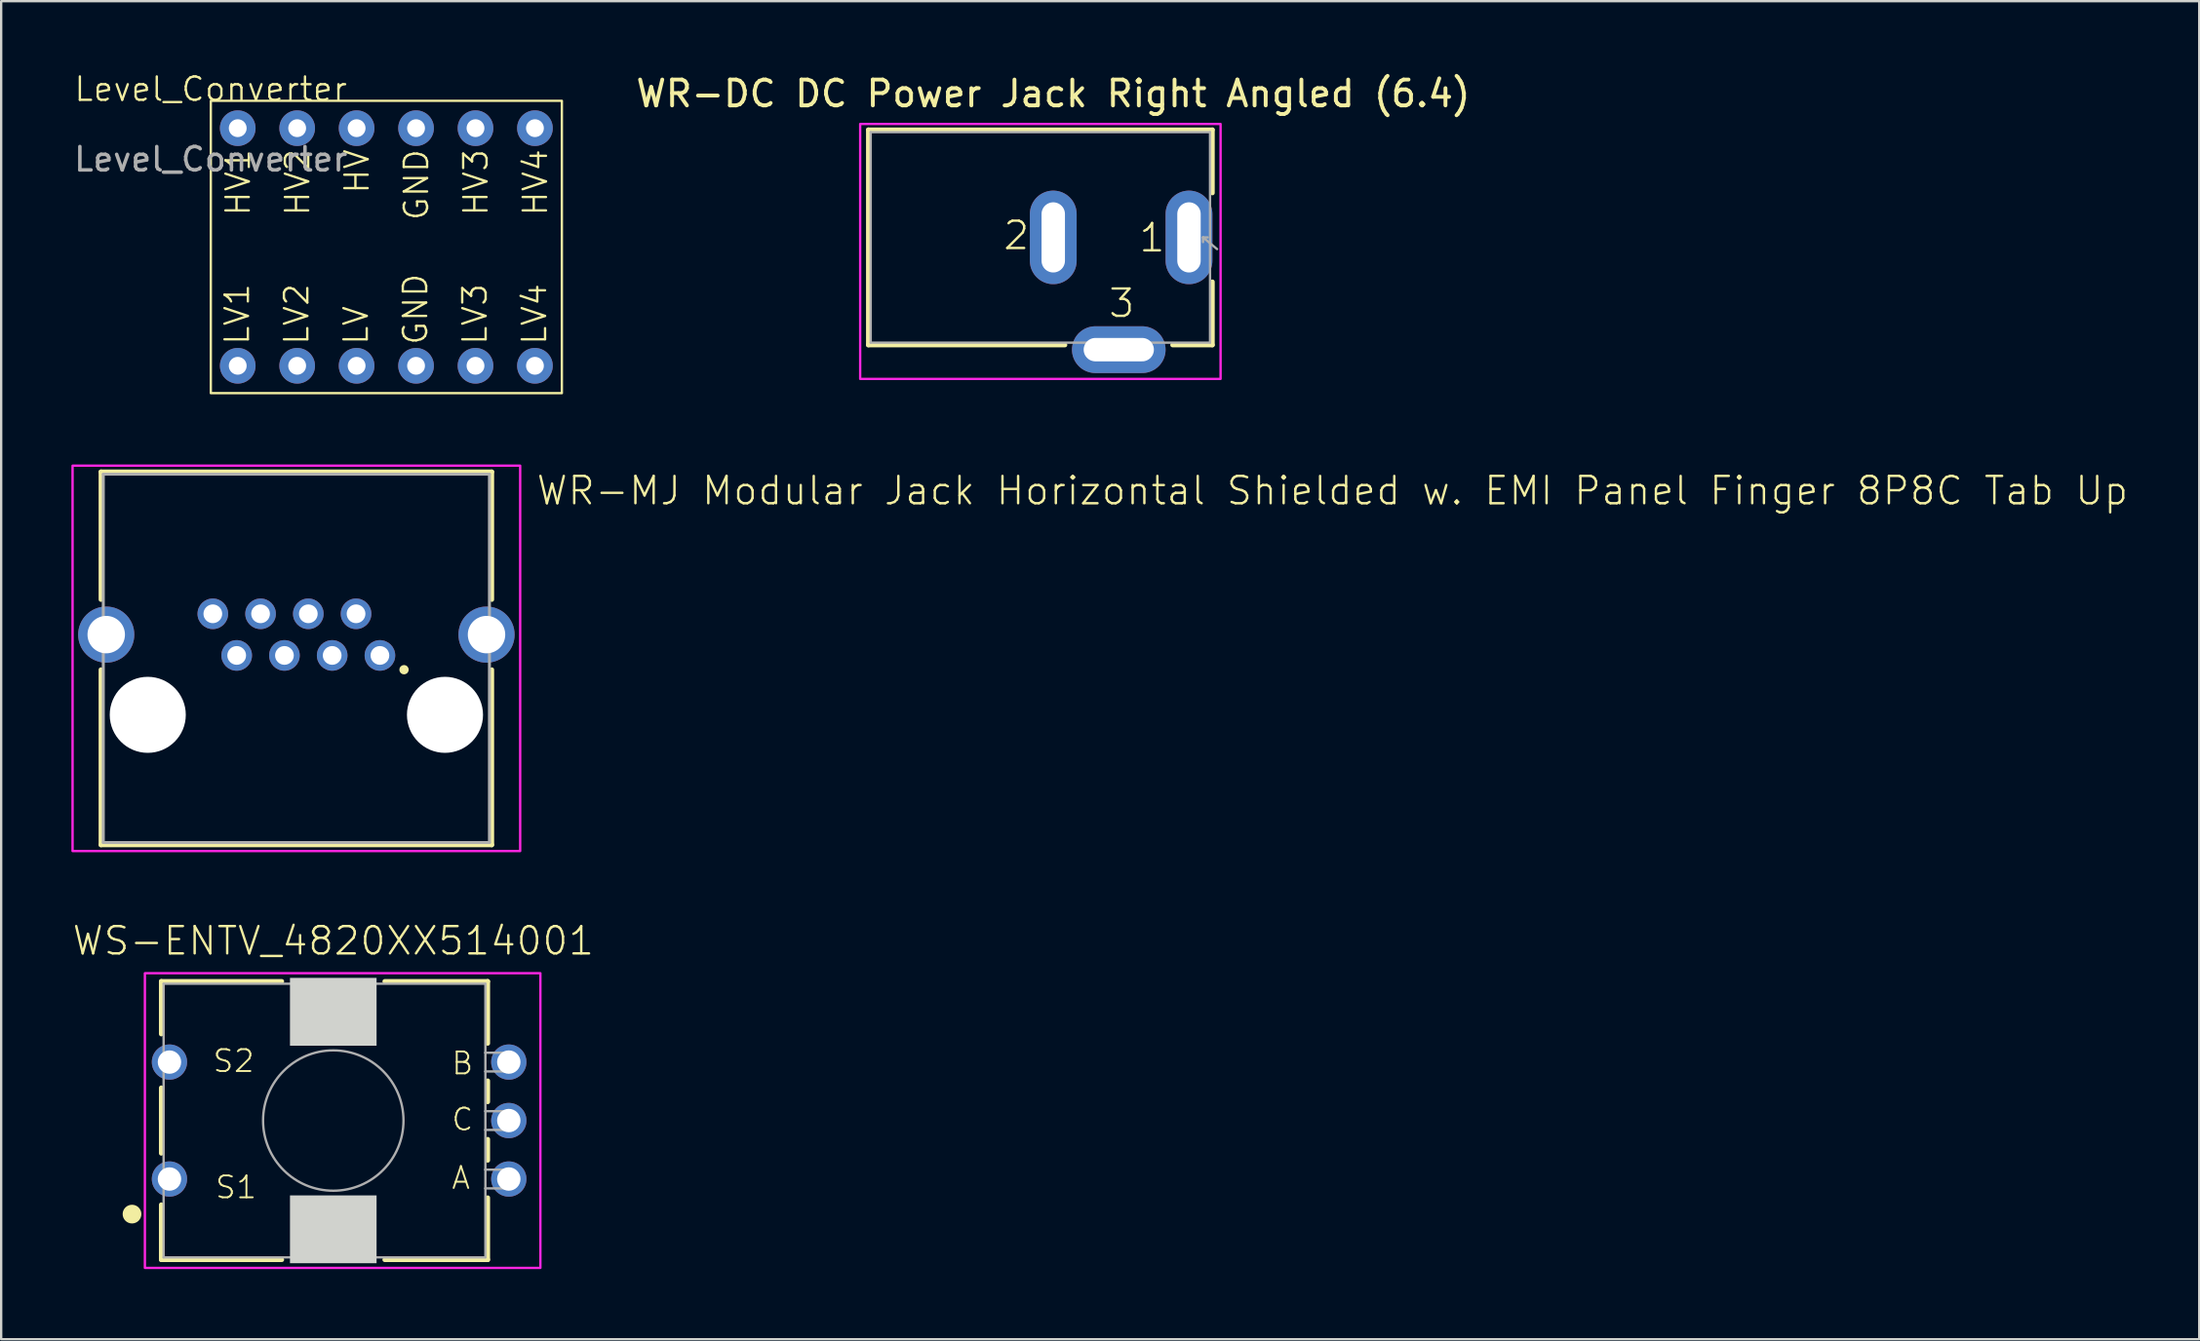
<source format=kicad_pcb>
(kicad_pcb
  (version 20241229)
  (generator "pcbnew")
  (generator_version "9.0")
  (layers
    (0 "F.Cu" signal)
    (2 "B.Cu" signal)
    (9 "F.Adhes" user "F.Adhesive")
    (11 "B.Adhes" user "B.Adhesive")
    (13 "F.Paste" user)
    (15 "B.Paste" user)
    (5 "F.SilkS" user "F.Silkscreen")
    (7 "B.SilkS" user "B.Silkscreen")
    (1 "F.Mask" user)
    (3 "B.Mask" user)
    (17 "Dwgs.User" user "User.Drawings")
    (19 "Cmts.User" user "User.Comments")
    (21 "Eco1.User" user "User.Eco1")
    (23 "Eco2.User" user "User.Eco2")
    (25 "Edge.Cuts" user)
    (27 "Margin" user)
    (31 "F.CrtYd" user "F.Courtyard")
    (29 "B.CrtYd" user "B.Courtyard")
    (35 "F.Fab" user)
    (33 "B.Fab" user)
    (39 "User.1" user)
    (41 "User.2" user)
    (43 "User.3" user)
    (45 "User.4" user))
  (footprint "WR-DC DC Power Jack Right Angled (6.4)"
    (layer "F.Cu")
    (at 41.955 7.1)
    (property "Reference" "WR-DC DC Power Jack Right Angled (6.4)" (at 0 -5.5 0) (unlocked yes) (layer "F.SilkS") (effects (font (size 1.105 1.105) (thickness 0.165)) (justify bottom)))
    (fp_line (start -7.9 -4.6) (end -7.9 4.6) (stroke (width 0.2) (type solid)) (layer "F.SilkS"))
    (fp_line (start 0.5 4.6) (end -7.9 4.6) (stroke (width 0.2) (type solid)) (layer "F.SilkS"))
    (fp_line (start 6.8 -4.6) (end -7.9 -4.6) (stroke (width 0.2) (type solid)) (layer "F.SilkS"))
    (fp_line (start 6.8 -4.6) (end 6.8 -1.9) (stroke (width 0.2) (type solid)) (layer "F.SilkS"))
    (fp_line (start 6.8 1.9) (end 6.8 4.6) (stroke (width 0.2) (type solid)) (layer "F.SilkS"))
    (fp_line (start 6.8 4.6) (end 5.1 4.6) (stroke (width 0.2) (type solid)) (layer "F.SilkS"))
    (fp_poly (pts (xy 7.15 6.05) (xy -8.25 6.05) (xy -8.25 -4.85) (xy 7.15 -4.85)) (stroke (width 0.1) (type default)) (fill no) (layer "F.CrtYd"))
    (fp_line (start -7.8 -4.5) (end 6.7 -4.5) (stroke (width 0.1) (type solid)) (layer "F.Fab"))
    (fp_line (start -7.8 4.5) (end -7.8 -4.5) (stroke (width 0.1) (type solid)) (layer "F.Fab"))
    (fp_line (start 6.4 0) (end 6.4 0.2) (stroke (width 0.1) (type solid)) (layer "F.Fab"))
    (fp_line (start 6.4 0) (end 6.6 0) (stroke (width 0.1) (type solid)) (layer "F.Fab"))
    (fp_line (start 6.7 -4.5) (end 6.7 4.5) (stroke (width 0.1) (type solid)) (layer "F.Fab"))
    (fp_line (start 6.7 4.5) (end -7.8 4.5) (stroke (width 0.1) (type solid)) (layer "F.Fab"))
    (fp_line (start 7 0.5) (end 6.4 0) (stroke (width 0.1) (type solid)) (layer "F.Fab"))
    (fp_text user "2" (at -2.2 0.6 0) (unlocked yes) (layer "F.SilkS") (effects (font (size 1.168 1.168) (thickness 0.102)) (justify left bottom)))
    (fp_text user "3" (at 2.3 3.5 0) (unlocked yes) (layer "F.SilkS") (effects (font (size 1.168 1.168) (thickness 0.102)) (justify left bottom)))
    (fp_text user "1" (at 3.6 0.7 0) (unlocked yes) (layer "F.SilkS") (effects (font (size 1.168 1.168) (thickness 0.102)) (justify left bottom)))
    (pad "1" thru_hole oval (at 5.8 0 90) (size 4 2) (drill oval 3 1) (layers "*.Cu" "*.Mask"))
    (pad "2" thru_hole oval (at 0 0 270) (size 4 2) (drill oval 3 1) (layers "*.Cu" "*.Mask"))
    (pad "3" thru_hole oval (at 2.8 4.8 180) (size 4 2) (drill oval 3 1) (layers "*.Cu" "*.Mask")))
  (footprint "WR-MJ Modular Jack Horizontal Shielded w. EMI Panel Finger 8P8C Tab Up"
    (layer "F.Cu")
    (at 9.614 25.099)
    (property "Reference" "WR-MJ Modular Jack Horizontal Shielded w. EMI Panel Finger 8P8C Tab Up" (at 10.193 -6.485 0) (unlocked yes) (layer "F.SilkS") (effects (font (size 1.168 1.168) (thickness 0.102)) (justify left bottom)))
    (fp_line (start -8.35 -7.975) (end -8.35 -2.515) (stroke (width 0.2) (type solid)) (layer "F.SilkS"))
    (fp_line (start -8.35 -7.975) (end 8.35 -7.975) (stroke (width 0.2) (type solid)) (layer "F.SilkS"))
    (fp_line (start -8.35 0.485) (end -8.35 7.975) (stroke (width 0.2) (type solid)) (layer "F.SilkS"))
    (fp_line (start -8.35 7.975) (end 8.35 7.975) (stroke (width 0.2) (type solid)) (layer "F.SilkS"))
    (fp_line (start 8.35 -7.975) (end 8.35 -2.515) (stroke (width 0.2) (type solid)) (layer "F.SilkS"))
    (fp_line (start 8.35 7.975) (end 8.35 0.485) (stroke (width 0.2) (type solid)) (layer "F.SilkS"))
    (fp_circle (center 4.6 0.485) (end 4.7 0.485) (stroke (width 0.2) (type solid)) (fill no) (layer "F.SilkS"))
    (fp_poly (pts (xy 9.563 8.239) (xy -9.563 8.239) (xy -9.563 -8.239) (xy 9.563 -8.239)) (stroke (width 0.1) (type default)) (fill no) (layer "F.CrtYd"))
    (fp_line (start -8.25 -7.875) (end 8.25 -7.875) (stroke (width 0.127) (type solid)) (layer "F.Fab"))
    (fp_line (start -8.25 7.875) (end -8.25 -7.875) (stroke (width 0.127) (type solid)) (layer "F.Fab"))
    (fp_line (start 8.25 -7.875) (end 8.25 7.875) (stroke (width 0.127) (type solid)) (layer "F.Fab"))
    (fp_line (start 8.25 7.875) (end -8.25 7.875) (stroke (width 0.127) (type solid)) (layer "F.Fab"))
    (pad "" np_thru_hole circle (at -6.35 2.415) (size 3.25 3.25) (drill 3.25) (layers "*.Cu" "*.Mask"))
    (pad "" np_thru_hole circle (at 6.35 2.415) (size 3.25 3.25) (drill 3.25) (layers "*.Cu" "*.Mask"))
    (pad "1" thru_hole circle (at 3.57 -0.125) (size 1.308 1.308) (drill 0.8) (layers "*.Cu" "*.Mask"))
    (pad "2" thru_hole circle (at 2.55 -1.905) (size 1.308 1.308) (drill 0.8) (layers "*.Cu" "*.Mask"))
    (pad "3" thru_hole circle (at 1.53 -0.125) (size 1.308 1.308) (drill 0.8) (layers "*.Cu" "*.Mask"))
    (pad "4" thru_hole circle (at 0.51 -1.905) (size 1.308 1.308) (drill 0.8) (layers "*.Cu" "*.Mask"))
    (pad "5" thru_hole circle (at -0.51 -0.125) (size 1.308 1.308) (drill 0.8) (layers "*.Cu" "*.Mask"))
    (pad "6" thru_hole circle (at -1.53 -1.905) (size 1.308 1.308) (drill 0.8) (layers "*.Cu" "*.Mask"))
    (pad "7" thru_hole circle (at -2.55 -0.125) (size 1.308 1.308) (drill 0.8) (layers "*.Cu" "*.Mask"))
    (pad "8" thru_hole circle (at -3.57 -1.905) (size 1.308 1.308) (drill 0.8) (layers "*.Cu" "*.Mask"))
    (pad "SH" thru_hole circle (at -8.125 -1.015) (size 2.4 2.4) (drill 1.6) (layers "*.Cu" "*.Mask"))
    (pad "SH" thru_hole circle (at 8.125 -1.015) (size 2.4 2.4) (drill 1.6) (layers "*.Cu" "*.Mask")))
  (footprint "Level_Converter"
    (layer "F.Cu")
    (at 5.958 1.26)
    (property "Reference" "Level_Converter" (at 0 -0.5 0) (unlocked yes) (layer "F.SilkS") (effects (font (size 1 1) (thickness 0.1))))
    (attr through_hole)
    (fp_rect (start 0 0) (end 15 12.5) (stroke (width 0.1) (type default)) (fill no) (layer "F.SilkS"))
    (fp_text user "LV1" (at 1.71 10.5 90) (unlocked yes) (layer "F.SilkS") (effects (font (size 1 1) (thickness 0.1)) (justify left bottom)))
    (fp_text user "HV3" (at 11.91 2 90) (unlocked yes) (layer "F.SilkS") (effects (font (size 1 1) (thickness 0.1)) (justify right bottom)))
    (fp_text user "LV3" (at 11.87 10.5 90) (unlocked yes) (layer "F.SilkS") (effects (font (size 1 1) (thickness 0.1)) (justify left bottom)))
    (fp_text user "HV4" (at 14.45 2 90) (unlocked yes) (layer "F.SilkS") (effects (font (size 1 1) (thickness 0.1)) (justify right bottom)))
    (fp_text user "HV1" (at 1.75 2 90) (unlocked yes) (layer "F.SilkS") (effects (font (size 1 1) (thickness 0.1)) (justify right bottom)))
    (fp_text user "LV4" (at 14.41 10.5 90) (unlocked yes) (layer "F.SilkS") (effects (font (size 1 1) (thickness 0.1)) (justify left bottom)))
    (fp_text user "LV2" (at 4.25 10.5 90) (unlocked yes) (layer "F.SilkS") (effects (font (size 1 1) (thickness 0.1)) (justify left bottom)))
    (fp_text user "HV" (at 6.83 2 90) (unlocked yes) (layer "F.SilkS") (effects (font (size 1 1) (thickness 0.1)) (justify right bottom)))
    (fp_text user "GND" (at 9.37 2 90) (unlocked yes) (layer "F.SilkS") (effects (font (size 1 1) (thickness 0.1)) (justify right bottom)))
    (fp_text user "GND" (at 9.33 10.5 90) (unlocked yes) (layer "F.SilkS") (effects (font (size 1 1) (thickness 0.1)) (justify left bottom)))
    (fp_text user "HV2" (at 4.29 2 90) (unlocked yes) (layer "F.SilkS") (effects (font (size 1 1) (thickness 0.1)) (justify right bottom)))
    (fp_text user "LV" (at 6.79 10.5 90) (unlocked yes) (layer "F.SilkS") (effects (font (size 1 1) (thickness 0.1)) (justify left bottom)))
    (fp_text user "${REFERENCE}" (at 0 2.5 0) (unlocked yes) (layer "F.Fab") (effects (font (size 1 1) (thickness 0.15))))
    (pad "1" thru_hole circle (at 1.15 11.33) (size 1.524 1.524) (drill 0.762) (layers "*.Cu" "*.Mask"))
    (pad "2" thru_hole circle (at 3.69 11.33) (size 1.524 1.524) (drill 0.762) (layers "*.Cu" "*.Mask"))
    (pad "3" thru_hole circle (at 6.23 11.33) (size 1.524 1.524) (drill 0.762) (layers "*.Cu" "*.Mask"))
    (pad "4" thru_hole circle (at 8.77 11.33) (size 1.524 1.524) (drill 0.762) (layers "*.Cu" "*.Mask"))
    (pad "5" thru_hole circle (at 11.31 11.33) (size 1.524 1.524) (drill 0.762) (layers "*.Cu" "*.Mask"))
    (pad "6" thru_hole circle (at 13.85 11.33) (size 1.524 1.524) (drill 0.762) (layers "*.Cu" "*.Mask"))
    (pad "7" thru_hole circle (at 1.15 1.17) (size 1.524 1.524) (drill 0.762) (layers "*.Cu" "*.Mask"))
    (pad "8" thru_hole circle (at 3.69 1.17) (size 1.524 1.524) (drill 0.762) (layers "*.Cu" "*.Mask"))
    (pad "9" thru_hole circle (at 6.23 1.17) (size 1.524 1.524) (drill 0.762) (layers "*.Cu" "*.Mask"))
    (pad "10" thru_hole circle (at 8.77 1.17) (size 1.524 1.524) (drill 0.762) (layers "*.Cu" "*.Mask"))
    (pad "11" thru_hole circle (at 11.31 1.17) (size 1.524 1.524) (drill 0.762) (layers "*.Cu" "*.Mask"))
    (pad "12" thru_hole circle (at 13.85 1.17) (size 1.524 1.524) (drill 0.762) (layers "*.Cu" "*.Mask"))
    (zone (net_name "") (layer "F.SilkS") (hatch edge 0.5) (connect_pads) (min_thickness 0.25) (filled_areas_thickness no) (keepout (tracks allowed) (vias allowed) (pads not_allowed) (copperpour allowed) (footprints not_allowed)) (placement (enabled no)) (fill) (polygon (pts (xy 5.958 1.26) (xy 20.958 1.26) (xy 20.958 13.761) (xy 5.958 13.761)))))
  (footprint "WS-ENTV_4820XX514001"
    (layer "F.Cu")
    (at 11.191 44.861)
    (property "Reference" "WS-ENTV_4820XX514001" (at 0 -7 0) (unlocked yes) (layer "F.SilkS") (effects (font (size 1.168 1.168) (thickness 0.102)) (justify bottom)))
    (fp_line (start -7.35 -5.95) (end -7.35 -3.7) (stroke (width 0.2) (type solid)) (layer "F.SilkS"))
    (fp_line (start -7.35 -1.4) (end -7.35 1.4) (stroke (width 0.2) (type solid)) (layer "F.SilkS"))
    (fp_line (start -7.35 3.6) (end -7.35 5.95) (stroke (width 0.2) (type solid)) (layer "F.SilkS"))
    (fp_line (start -7.35 5.95) (end -2.2 5.95) (stroke (width 0.2) (type solid)) (layer "F.SilkS"))
    (fp_line (start -2.2 -5.95) (end -7.35 -5.95) (stroke (width 0.2) (type solid)) (layer "F.SilkS"))
    (fp_line (start 2.2 -5.95) (end 6.6 -5.95) (stroke (width 0.2) (type solid)) (layer "F.SilkS"))
    (fp_line (start 6.6 -5.95) (end 6.6 -3.3) (stroke (width 0.2) (type solid)) (layer "F.SilkS"))
    (fp_line (start 6.6 -1.7) (end 6.6 -0.8) (stroke (width 0.2) (type solid)) (layer "F.SilkS"))
    (fp_line (start 6.6 0.8) (end 6.6 1.7) (stroke (width 0.2) (type solid)) (layer "F.SilkS"))
    (fp_line (start 6.6 3.3) (end 6.6 5.95) (stroke (width 0.2) (type solid)) (layer "F.SilkS"))
    (fp_line (start 6.6 5.95) (end 2.2 5.95) (stroke (width 0.2) (type solid)) (layer "F.SilkS"))
    (fp_circle (center -8.6 4) (end -8.4 4) (stroke (width 0.4) (type solid)) (fill no) (layer "F.SilkS"))
    (fp_poly (pts (xy 1.85 -3.2) (xy -1.85 -3.2) (xy -1.85 -6.1) (xy 1.85 -6.1)) (stroke (width 0) (type default)) (fill yes) (layer "Edge.Cuts"))
    (fp_poly (pts (xy 1.85 6.1) (xy -1.85 6.1) (xy -1.85 3.2) (xy 1.85 3.2)) (stroke (width 0) (type default)) (fill yes) (layer "Edge.Cuts"))
    (fp_poly (pts (xy 8.85 6.3) (xy -8.05 6.3) (xy -8.05 -6.3) (xy 8.85 -6.3)) (stroke (width 0.1) (type default)) (fill no) (layer "F.CrtYd"))
    (fp_line (start -7.25 -5.85) (end 6.5 -5.85) (stroke (width 0.1) (type solid)) (layer "F.Fab"))
    (fp_line (start -7.25 5.85) (end -7.25 -5.85) (stroke (width 0.1) (type solid)) (layer "F.Fab"))
    (fp_line (start 6.5 -5.85) (end 6.5 -2.9) (stroke (width 0.1) (type solid)) (layer "F.Fab"))
    (fp_line (start 6.5 -2.9) (end 6.5 -2.1) (stroke (width 0.1) (type solid)) (layer "F.Fab"))
    (fp_line (start 6.5 -2.9) (end 7.6 -2.9) (stroke (width 0.1) (type solid)) (layer "F.Fab"))
    (fp_line (start 6.5 -2.1) (end 6.5 -0.4) (stroke (width 0.1) (type solid)) (layer "F.Fab"))
    (fp_line (start 6.5 -0.4) (end 6.5 0.4) (stroke (width 0.1) (type solid)) (layer "F.Fab"))
    (fp_line (start 6.5 -0.4) (end 7.6 -0.4) (stroke (width 0.1) (type solid)) (layer "F.Fab"))
    (fp_line (start 6.5 0.4) (end 6.5 2.1) (stroke (width 0.1) (type solid)) (layer "F.Fab"))
    (fp_line (start 6.5 2.1) (end 6.5 2.9) (stroke (width 0.1) (type solid)) (layer "F.Fab"))
    (fp_line (start 6.5 2.1) (end 7.6 2.1) (stroke (width 0.1) (type solid)) (layer "F.Fab"))
    (fp_line (start 6.5 2.9) (end 6.5 5.85) (stroke (width 0.1) (type solid)) (layer "F.Fab"))
    (fp_line (start 6.5 5.85) (end -7.25 5.85) (stroke (width 0.1) (type solid)) (layer "F.Fab"))
    (fp_line (start 7.6 -2.9) (end 7.6 -2.1) (stroke (width 0.1) (type solid)) (layer "F.Fab"))
    (fp_line (start 7.6 -2.1) (end 6.5 -2.1) (stroke (width 0.1) (type solid)) (layer "F.Fab"))
    (fp_line (start 7.6 -0.4) (end 7.6 0.4) (stroke (width 0.1) (type solid)) (layer "F.Fab"))
    (fp_line (start 7.6 0.4) (end 6.5 0.4) (stroke (width 0.1) (type solid)) (layer "F.Fab"))
    (fp_line (start 7.6 2.1) (end 7.6 2.9) (stroke (width 0.1) (type solid)) (layer "F.Fab"))
    (fp_line (start 7.6 2.9) (end 6.5 2.9) (stroke (width 0.1) (type solid)) (layer "F.Fab"))
    (fp_circle (center 0 0) (end 3 0) (stroke (width 0.1) (type solid)) (fill no) (layer "F.Fab"))
    (fp_text user "S1" (at -5.1 3.4 0) (unlocked yes) (layer "F.SilkS") (effects (font (size 0.935 0.935) (thickness 0.081)) (justify left bottom)))
    (fp_text user "S2" (at -5.2 -2 0) (unlocked yes) (layer "F.SilkS") (effects (font (size 0.935 0.935) (thickness 0.081)) (justify left bottom)))
    (fp_text user "A" (at 5 3 0) (unlocked yes) (layer "F.SilkS") (effects (font (size 0.935 0.935) (thickness 0.081)) (justify left bottom)))
    (fp_text user "C" (at 5 0.5 0) (unlocked yes) (layer "F.SilkS") (effects (font (size 0.935 0.935) (thickness 0.081)) (justify left bottom)))
    (fp_text user "B" (at 5 -1.9 0) (unlocked yes) (layer "F.SilkS") (effects (font (size 0.935 0.935) (thickness 0.081)) (justify left bottom)))
    (pad "A" thru_hole circle (at 7.5 2.5) (size 1.508 1.508) (drill 1) (layers "*.Cu" "*.Mask"))
    (pad "B" thru_hole circle (at 7.5 -2.5) (size 1.508 1.508) (drill 1) (layers "*.Cu" "*.Mask"))
    (pad "C" thru_hole circle (at 7.5 0) (size 1.508 1.508) (drill 1) (layers "*.Cu" "*.Mask"))
    (pad "S1" thru_hole circle (at -7 2.5) (size 1.508 1.508) (drill 1) (layers "*.Cu" "*.Mask"))
    (pad "S2" thru_hole circle (at -7 -2.5) (size 1.508 1.508) (drill 1) (layers "*.Cu" "*.Mask")))
  (gr_rect
    (start -3 -3)
    (end 90.923 54.211)
    (stroke (width 0.1) (type default))
    (fill no)
    (layer "Edge.Cuts")))
</source>
